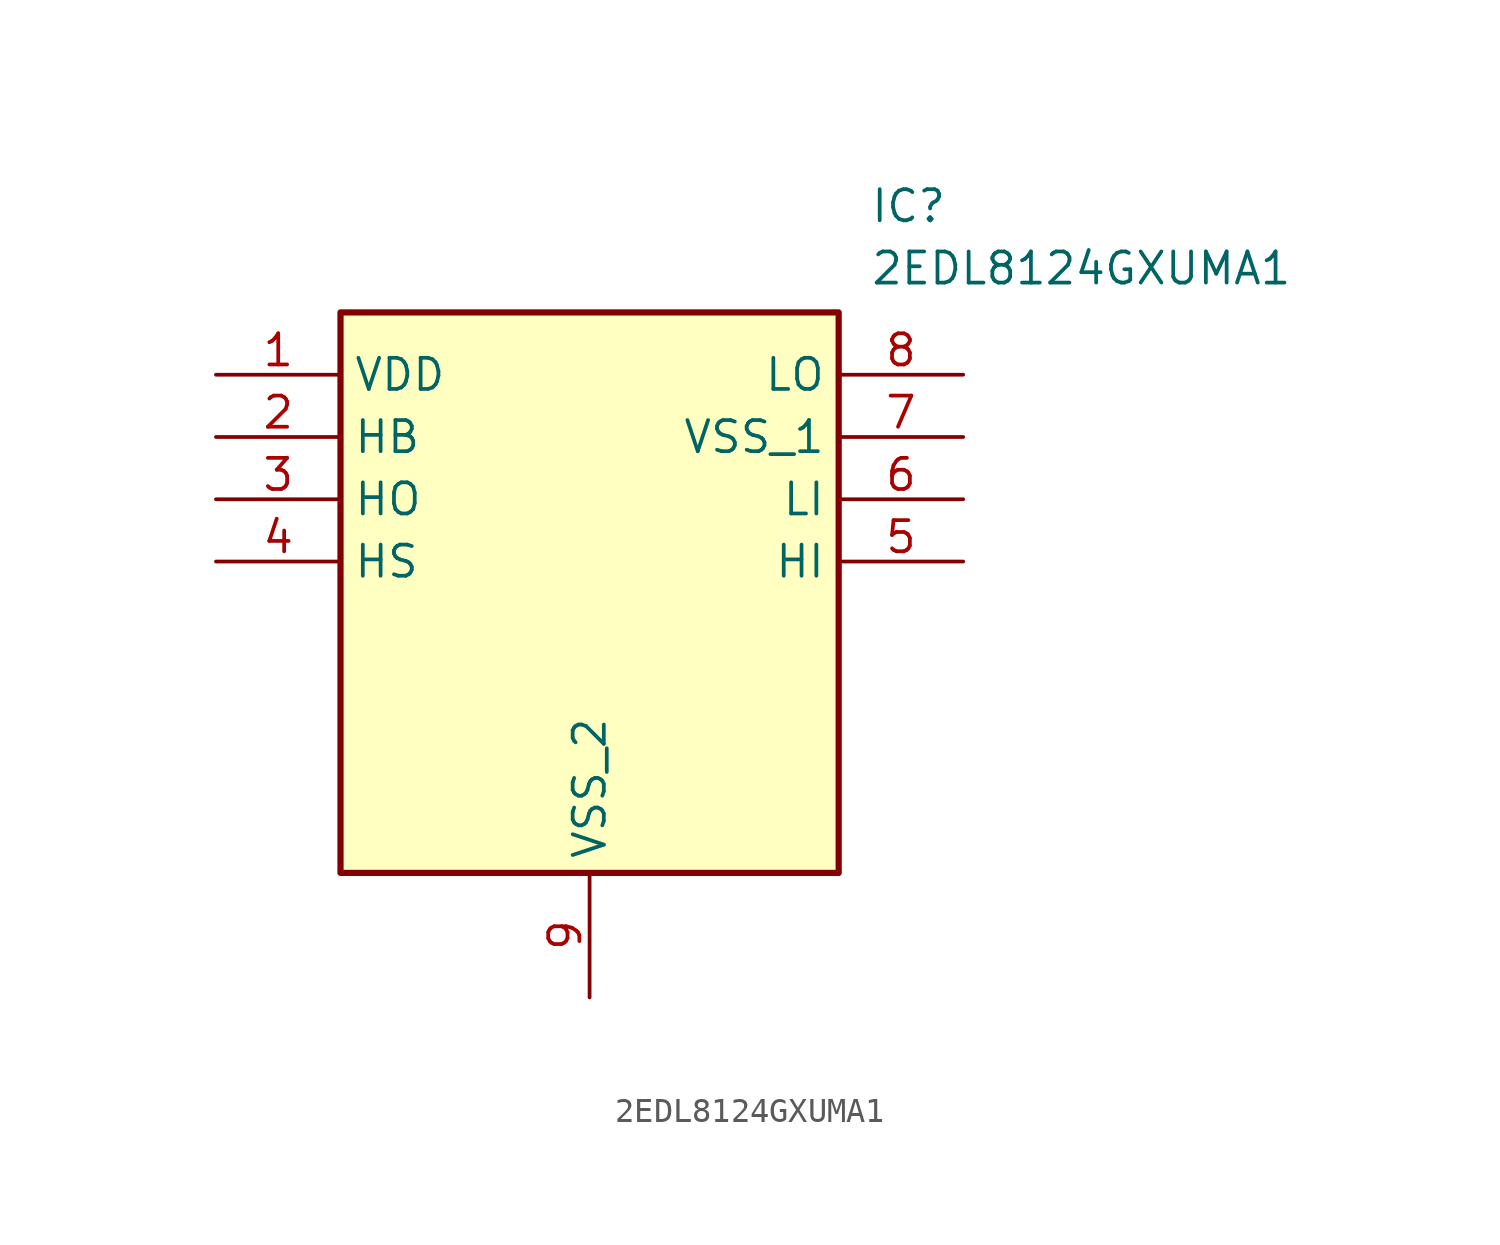
<source format=kicad_sym>
(kicad_symbol_lib
  (version 20211014)
  (generator SamacSys_ECAD_Model)
  (symbol "2EDL8124GXUMA1"
    (property "Reference" "IC"
      (at 26.67 7.62 0)
      (effects (font (size 1.27 1.27)) (justify left top)))
    (property "Value" "2EDL8124GXUMA1"
      (at 26.67 5.08 0)
      (effects (font (size 1.27 1.27)) (justify left top)))
    (rectangle
      (start 5.08 2.54)
      (end 25.4 -20.32)
      (stroke (width 0.254) (type default))
      (fill (type background)))
    (pin passive line
      (at 0 0 0)
      (length 5.08)
      (name "VDD" (effects (font (size 1.27 1.27))))
      (number "1" (effects (font (size 1.27 1.27)))))
    (pin passive line
      (at 0 -2.54 0)
      (length 5.08)
      (name "HB" (effects (font (size 1.27 1.27))))
      (number "2" (effects (font (size 1.27 1.27)))))
    (pin passive line
      (at 0 -5.08 0)
      (length 5.08)
      (name "HO" (effects (font (size 1.27 1.27))))
      (number "3" (effects (font (size 1.27 1.27)))))
    (pin passive line
      (at 0 -7.62 0)
      (length 5.08)
      (name "HS" (effects (font (size 1.27 1.27))))
      (number "4" (effects (font (size 1.27 1.27)))))
    (pin passive line
      (at 15.24 -25.4 90)
      (length 5.08)
      (name "VSS_2" (effects (font (size 1.27 1.27))))
      (number "9" (effects (font (size 1.27 1.27)))))
    (pin passive line
      (at 30.48 0 180)
      (length 5.08)
      (name "LO" (effects (font (size 1.27 1.27))))
      (number "8" (effects (font (size 1.27 1.27)))))
    (pin passive line
      (at 30.48 -2.54 180)
      (length 5.08)
      (name "VSS_1" (effects (font (size 1.27 1.27))))
      (number "7" (effects (font (size 1.27 1.27)))))
    (pin passive line
      (at 30.48 -5.08 180)
      (length 5.08)
      (name "LI" (effects (font (size 1.27 1.27))))
      (number "6" (effects (font (size 1.27 1.27)))))
    (pin passive line
      (at 30.48 -7.62 180)
      (length 5.08)
      (name "HI" (effects (font (size 1.27 1.27))))
      (number "5" (effects (font (size 1.27 1.27)))))))
</source>
